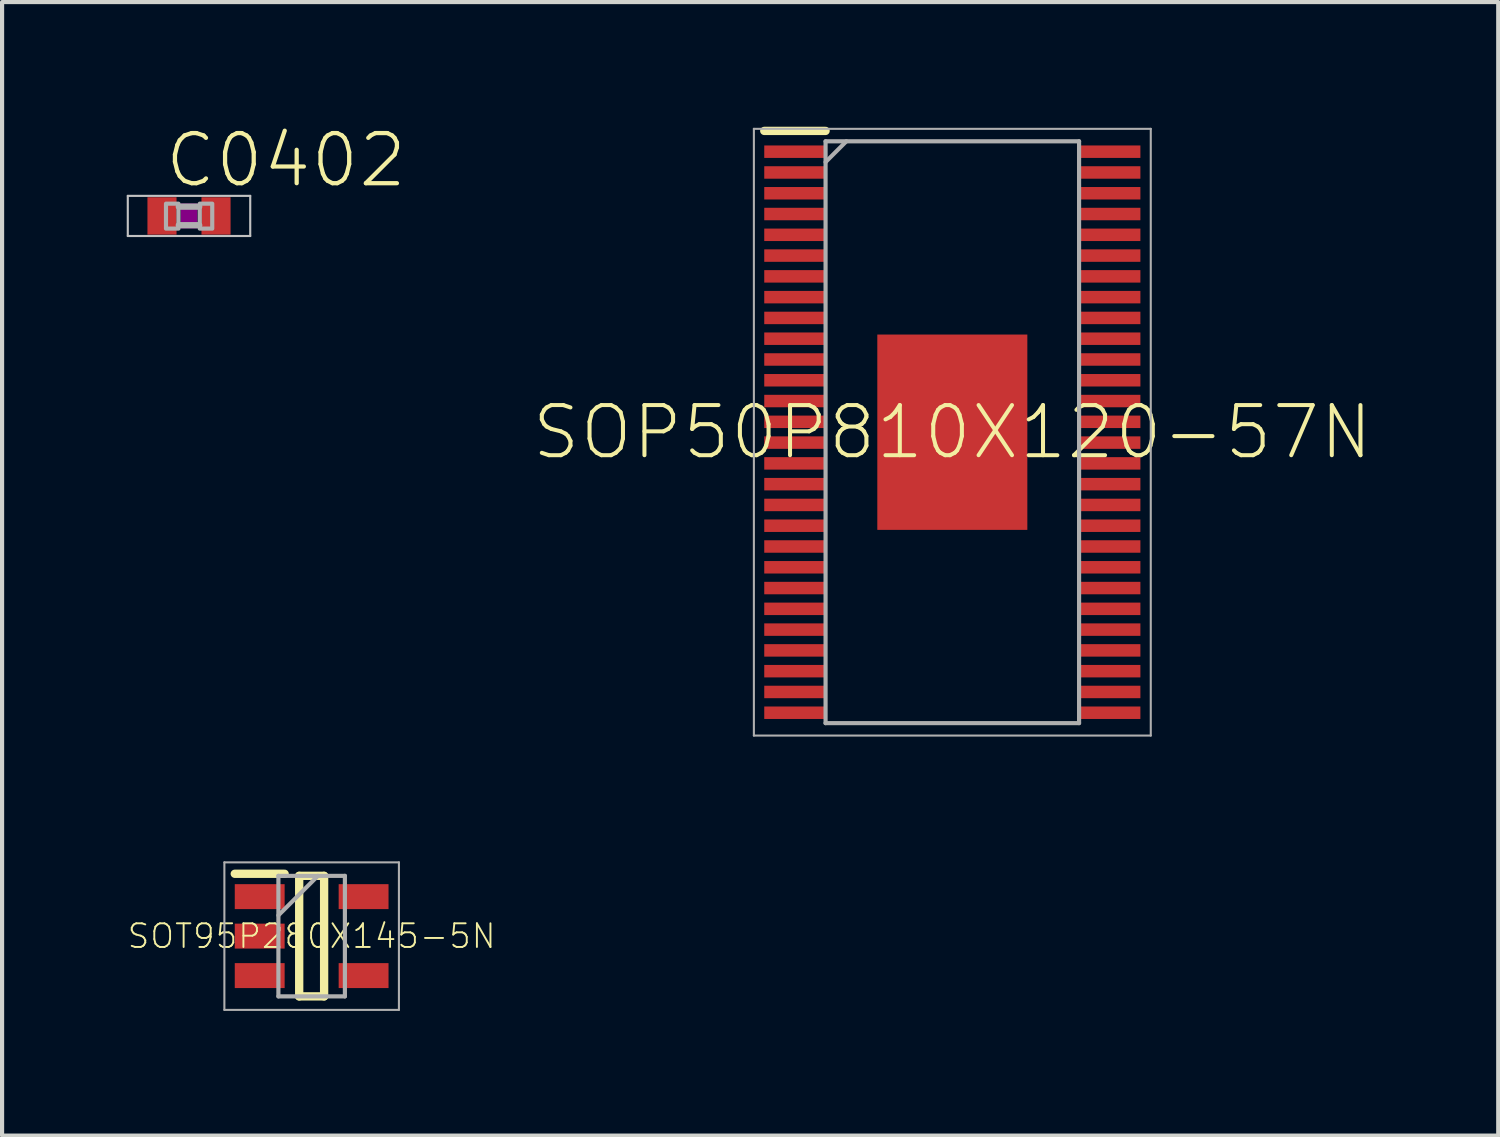
<source format=kicad_pcb>
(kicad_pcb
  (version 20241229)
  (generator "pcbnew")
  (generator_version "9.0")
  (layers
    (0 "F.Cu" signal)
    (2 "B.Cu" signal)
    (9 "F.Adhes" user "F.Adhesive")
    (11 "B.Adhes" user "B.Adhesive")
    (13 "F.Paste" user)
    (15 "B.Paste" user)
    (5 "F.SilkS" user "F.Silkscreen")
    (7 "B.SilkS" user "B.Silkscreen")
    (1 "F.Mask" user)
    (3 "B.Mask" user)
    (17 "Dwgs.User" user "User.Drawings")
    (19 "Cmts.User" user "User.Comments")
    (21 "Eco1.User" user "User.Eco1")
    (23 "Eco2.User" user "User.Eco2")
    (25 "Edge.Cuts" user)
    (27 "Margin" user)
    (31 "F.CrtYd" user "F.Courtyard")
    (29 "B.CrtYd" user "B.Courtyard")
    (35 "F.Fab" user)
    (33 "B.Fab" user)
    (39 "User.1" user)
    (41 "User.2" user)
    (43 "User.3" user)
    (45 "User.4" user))
  (footprint "SOP50P810X120-57N"
    (layer "F.Cu")
    (at 19.865 7.35)
    (property "Reference" "SOP50P810X120-57N" (at 0 0 0) (layer "F.SilkS") (effects (font (size 1.206 1.206) (thickness 0.097))))
    (attr through_hole)
    (fp_line (start -4.525 -7.25) (end -3.05 -7.25) (stroke (width 0.2) (type solid)) (layer "F.SilkS"))
    (fp_line (start -4.775 -7.3) (end 4.775 -7.3) (stroke (width 0.05) (type solid)) (layer "F.Fab"))
    (fp_line (start -4.775 7.3) (end -4.775 -7.3) (stroke (width 0.05) (type solid)) (layer "F.Fab"))
    (fp_line (start -3.05 -7) (end 3.05 -7) (stroke (width 0.1) (type solid)) (layer "F.Fab"))
    (fp_line (start -3.05 -6.5) (end -2.55 -7) (stroke (width 0.1) (type solid)) (layer "F.Fab"))
    (fp_line (start -3.05 7) (end -3.05 -7) (stroke (width 0.1) (type solid)) (layer "F.Fab"))
    (fp_line (start 3.05 -7) (end 3.05 7) (stroke (width 0.1) (type solid)) (layer "F.Fab"))
    (fp_line (start 3.05 7) (end -3.05 7) (stroke (width 0.1) (type solid)) (layer "F.Fab"))
    (fp_line (start 4.775 -7.3) (end 4.775 7.3) (stroke (width 0.05) (type solid)) (layer "F.Fab"))
    (fp_line (start 4.775 7.3) (end -4.775 7.3) (stroke (width 0.05) (type solid)) (layer "F.Fab"))
    (pad "1" smd rect (at -3.788 -6.75) (size 1.475 0.3) (layers "F.Cu" "F.Mask" "F.Paste"))
    (pad "2" smd rect (at -3.788 -6.25) (size 1.475 0.3) (layers "F.Cu" "F.Mask" "F.Paste"))
    (pad "3" smd rect (at -3.788 -5.75) (size 1.475 0.3) (layers "F.Cu" "F.Mask" "F.Paste"))
    (pad "4" smd rect (at -3.788 -5.25) (size 1.475 0.3) (layers "F.Cu" "F.Mask" "F.Paste"))
    (pad "5" smd rect (at -3.788 -4.75) (size 1.475 0.3) (layers "F.Cu" "F.Mask" "F.Paste"))
    (pad "6" smd rect (at -3.788 -4.25) (size 1.475 0.3) (layers "F.Cu" "F.Mask" "F.Paste"))
    (pad "7" smd rect (at -3.788 -3.75) (size 1.475 0.3) (layers "F.Cu" "F.Mask" "F.Paste"))
    (pad "8" smd rect (at -3.788 -3.25) (size 1.475 0.3) (layers "F.Cu" "F.Mask" "F.Paste"))
    (pad "9" smd rect (at -3.788 -2.75) (size 1.475 0.3) (layers "F.Cu" "F.Mask" "F.Paste"))
    (pad "10" smd rect (at -3.788 -2.25) (size 1.475 0.3) (layers "F.Cu" "F.Mask" "F.Paste"))
    (pad "11" smd rect (at -3.788 -1.75) (size 1.475 0.3) (layers "F.Cu" "F.Mask" "F.Paste"))
    (pad "12" smd rect (at -3.788 -1.25) (size 1.475 0.3) (layers "F.Cu" "F.Mask" "F.Paste"))
    (pad "13" smd rect (at -3.788 -0.75) (size 1.475 0.3) (layers "F.Cu" "F.Mask" "F.Paste"))
    (pad "14" smd rect (at -3.788 -0.25) (size 1.475 0.3) (layers "F.Cu" "F.Mask" "F.Paste"))
    (pad "15" smd rect (at -3.788 0.25) (size 1.475 0.3) (layers "F.Cu" "F.Mask" "F.Paste"))
    (pad "16" smd rect (at -3.788 0.75) (size 1.475 0.3) (layers "F.Cu" "F.Mask" "F.Paste"))
    (pad "17" smd rect (at -3.788 1.25) (size 1.475 0.3) (layers "F.Cu" "F.Mask" "F.Paste"))
    (pad "18" smd rect (at -3.788 1.75) (size 1.475 0.3) (layers "F.Cu" "F.Mask" "F.Paste"))
    (pad "19" smd rect (at -3.788 2.25) (size 1.475 0.3) (layers "F.Cu" "F.Mask" "F.Paste"))
    (pad "20" smd rect (at -3.788 2.75) (size 1.475 0.3) (layers "F.Cu" "F.Mask" "F.Paste"))
    (pad "21" smd rect (at -3.788 3.25) (size 1.475 0.3) (layers "F.Cu" "F.Mask" "F.Paste"))
    (pad "22" smd rect (at -3.788 3.75) (size 1.475 0.3) (layers "F.Cu" "F.Mask" "F.Paste"))
    (pad "23" smd rect (at -3.788 4.25) (size 1.475 0.3) (layers "F.Cu" "F.Mask" "F.Paste"))
    (pad "24" smd rect (at -3.788 4.75) (size 1.475 0.3) (layers "F.Cu" "F.Mask" "F.Paste"))
    (pad "25" smd rect (at -3.788 5.25) (size 1.475 0.3) (layers "F.Cu" "F.Mask" "F.Paste"))
    (pad "26" smd rect (at -3.788 5.75) (size 1.475 0.3) (layers "F.Cu" "F.Mask" "F.Paste"))
    (pad "27" smd rect (at -3.788 6.25) (size 1.475 0.3) (layers "F.Cu" "F.Mask" "F.Paste"))
    (pad "28" smd rect (at -3.788 6.75) (size 1.475 0.3) (layers "F.Cu" "F.Mask" "F.Paste"))
    (pad "29" smd rect (at 3.788 6.75) (size 1.475 0.3) (layers "F.Cu" "F.Mask" "F.Paste"))
    (pad "30" smd rect (at 3.788 6.25) (size 1.475 0.3) (layers "F.Cu" "F.Mask" "F.Paste"))
    (pad "31" smd rect (at 3.788 5.75) (size 1.475 0.3) (layers "F.Cu" "F.Mask" "F.Paste"))
    (pad "32" smd rect (at 3.788 5.25) (size 1.475 0.3) (layers "F.Cu" "F.Mask" "F.Paste"))
    (pad "33" smd rect (at 3.788 4.75) (size 1.475 0.3) (layers "F.Cu" "F.Mask" "F.Paste"))
    (pad "34" smd rect (at 3.788 4.25) (size 1.475 0.3) (layers "F.Cu" "F.Mask" "F.Paste"))
    (pad "35" smd rect (at 3.788 3.75) (size 1.475 0.3) (layers "F.Cu" "F.Mask" "F.Paste"))
    (pad "36" smd rect (at 3.788 3.25) (size 1.475 0.3) (layers "F.Cu" "F.Mask" "F.Paste"))
    (pad "37" smd rect (at 3.788 2.75) (size 1.475 0.3) (layers "F.Cu" "F.Mask" "F.Paste"))
    (pad "38" smd rect (at 3.788 2.25) (size 1.475 0.3) (layers "F.Cu" "F.Mask" "F.Paste"))
    (pad "39" smd rect (at 3.788 1.75) (size 1.475 0.3) (layers "F.Cu" "F.Mask" "F.Paste"))
    (pad "40" smd rect (at 3.788 1.25) (size 1.475 0.3) (layers "F.Cu" "F.Mask" "F.Paste"))
    (pad "41" smd rect (at 3.788 0.75) (size 1.475 0.3) (layers "F.Cu" "F.Mask" "F.Paste"))
    (pad "42" smd rect (at 3.788 0.25) (size 1.475 0.3) (layers "F.Cu" "F.Mask" "F.Paste"))
    (pad "43" smd rect (at 3.788 -0.25) (size 1.475 0.3) (layers "F.Cu" "F.Mask" "F.Paste"))
    (pad "44" smd rect (at 3.788 -0.75) (size 1.475 0.3) (layers "F.Cu" "F.Mask" "F.Paste"))
    (pad "45" smd rect (at 3.788 -1.25) (size 1.475 0.3) (layers "F.Cu" "F.Mask" "F.Paste"))
    (pad "46" smd rect (at 3.788 -1.75) (size 1.475 0.3) (layers "F.Cu" "F.Mask" "F.Paste"))
    (pad "47" smd rect (at 3.788 -2.25) (size 1.475 0.3) (layers "F.Cu" "F.Mask" "F.Paste"))
    (pad "48" smd rect (at 3.788 -2.75) (size 1.475 0.3) (layers "F.Cu" "F.Mask" "F.Paste"))
    (pad "49" smd rect (at 3.788 -3.25) (size 1.475 0.3) (layers "F.Cu" "F.Mask" "F.Paste"))
    (pad "50" smd rect (at 3.788 -3.75) (size 1.475 0.3) (layers "F.Cu" "F.Mask" "F.Paste"))
    (pad "51" smd rect (at 3.788 -4.25) (size 1.475 0.3) (layers "F.Cu" "F.Mask" "F.Paste"))
    (pad "52" smd rect (at 3.788 -4.75) (size 1.475 0.3) (layers "F.Cu" "F.Mask" "F.Paste"))
    (pad "53" smd rect (at 3.788 -5.25) (size 1.475 0.3) (layers "F.Cu" "F.Mask" "F.Paste"))
    (pad "54" smd rect (at 3.788 -5.75) (size 1.475 0.3) (layers "F.Cu" "F.Mask" "F.Paste"))
    (pad "55" smd rect (at 3.788 -6.25) (size 1.475 0.3) (layers "F.Cu" "F.Mask" "F.Paste"))
    (pad "56" smd rect (at 3.788 -6.75) (size 1.475 0.3) (layers "F.Cu" "F.Mask" "F.Paste"))
    (pad "57" smd rect (at 0 0 90) (size 4.7 3.61) (layers "F.Cu" "F.Mask" "F.Paste")))
  (footprint "SOT95P280X145-5N"
    (layer "F.Cu")
    (at 4.449 19.475)
    (property "Reference" "SOT95P280X145-5N" (at 0 0 0) (layer "F.SilkS") (effects (font (size 0.57 0.57) (thickness 0.046))))
    (attr through_hole)
    (fp_line (start -1.85 -1.5) (end -0.65 -1.5) (stroke (width 0.2) (type solid)) (layer "F.SilkS"))
    (fp_line (start -0.3 -1.45) (end 0.3 -1.45) (stroke (width 0.2) (type solid)) (layer "F.SilkS"))
    (fp_line (start -0.3 1.45) (end -0.3 -1.45) (stroke (width 0.2) (type solid)) (layer "F.SilkS"))
    (fp_line (start 0.3 -1.45) (end 0.3 1.45) (stroke (width 0.2) (type solid)) (layer "F.SilkS"))
    (fp_line (start 0.3 1.45) (end -0.3 1.45) (stroke (width 0.2) (type solid)) (layer "F.SilkS"))
    (fp_line (start -2.1 -1.775) (end 2.1 -1.775) (stroke (width 0.05) (type solid)) (layer "F.Fab"))
    (fp_line (start -2.1 1.775) (end -2.1 -1.775) (stroke (width 0.05) (type solid)) (layer "F.Fab"))
    (fp_line (start -0.8 -1.45) (end 0.8 -1.45) (stroke (width 0.1) (type solid)) (layer "F.Fab"))
    (fp_line (start -0.8 -0.5) (end 0.15 -1.45) (stroke (width 0.1) (type solid)) (layer "F.Fab"))
    (fp_line (start -0.8 1.45) (end -0.8 -1.45) (stroke (width 0.1) (type solid)) (layer "F.Fab"))
    (fp_line (start 0.8 -1.45) (end 0.8 1.45) (stroke (width 0.1) (type solid)) (layer "F.Fab"))
    (fp_line (start 0.8 1.45) (end -0.8 1.45) (stroke (width 0.1) (type solid)) (layer "F.Fab"))
    (fp_line (start 2.1 -1.775) (end 2.1 1.775) (stroke (width 0.05) (type solid)) (layer "F.Fab"))
    (fp_line (start 2.1 1.775) (end -2.1 1.775) (stroke (width 0.05) (type solid)) (layer "F.Fab"))
    (pad "1" smd rect (at -1.25 -0.95) (size 1.2 0.6) (layers "F.Cu" "F.Mask" "F.Paste"))
    (pad "2" smd rect (at -1.25 0) (size 1.2 0.6) (layers "F.Cu" "F.Mask" "F.Paste"))
    (pad "3" smd rect (at -1.25 0.95) (size 1.2 0.6) (layers "F.Cu" "F.Mask" "F.Paste"))
    (pad "4" smd rect (at 1.25 0.95) (size 1.2 0.6) (layers "F.Cu" "F.Mask" "F.Paste"))
    (pad "5" smd rect (at 1.25 -0.95) (size 1.2 0.6) (layers "F.Cu" "F.Mask" "F.Paste")))
  (footprint "C0402"
    (layer "F.Cu")
    (at 1.498 2.146)
    (property "Reference" "C0402" (at -0.635 -0.635 0) (layer "F.SilkS") (effects (font (size 1.206 1.206) (thickness 0.102)) (justify left bottom)))
    (attr through_hole)
    (fp_poly (pts (xy -0.2 0.3) (xy 0.2 0.3) (xy 0.2 -0.3) (xy -0.2 -0.3)) (stroke (width 0) (type solid)) (fill yes) (layer "F.Adhes"))
    (fp_line (start -1.473 -0.483) (end 1.473 -0.483) (stroke (width 0.051) (type solid)) (layer "Dwgs.User"))
    (fp_line (start -1.473 0.483) (end -1.473 -0.483) (stroke (width 0.051) (type solid)) (layer "Dwgs.User"))
    (fp_line (start 1.473 -0.483) (end 1.473 0.483) (stroke (width 0.051) (type solid)) (layer "Dwgs.User"))
    (fp_line (start 1.473 0.483) (end -1.473 0.483) (stroke (width 0.051) (type solid)) (layer "Dwgs.User"))
    (fp_line (start -0.245 -0.224) (end 0.245 -0.224) (stroke (width 0.152) (type solid)) (layer "F.Fab"))
    (fp_line (start 0.245 0.224) (end -0.245 0.224) (stroke (width 0.152) (type solid)) (layer "F.Fab"))
    (fp_poly (pts (xy -0.554 0.305) (xy -0.254 0.305) (xy -0.254 -0.295) (xy -0.554 -0.295)) (stroke (width 0.1) (type solid)) (fill no) (layer "F.Fab"))
    (fp_poly (pts (xy 0.259 0.305) (xy 0.559 0.305) (xy 0.559 -0.295) (xy 0.259 -0.295)) (stroke (width 0.1) (type solid)) (fill no) (layer "F.Fab"))
    (pad "1" smd rect (at -0.65 0) (size 0.7 0.9) (layers "F.Cu" "F.Mask" "F.Paste"))
    (pad "2" smd rect (at 0.65 0) (size 0.7 0.9) (layers "F.Cu" "F.Mask" "F.Paste")))
  (gr_rect
    (start -3 -3)
    (end 33.001 24.275)
    (stroke (width 0.1) (type default))
    (fill no)
    (layer "Edge.Cuts")))
</source>
